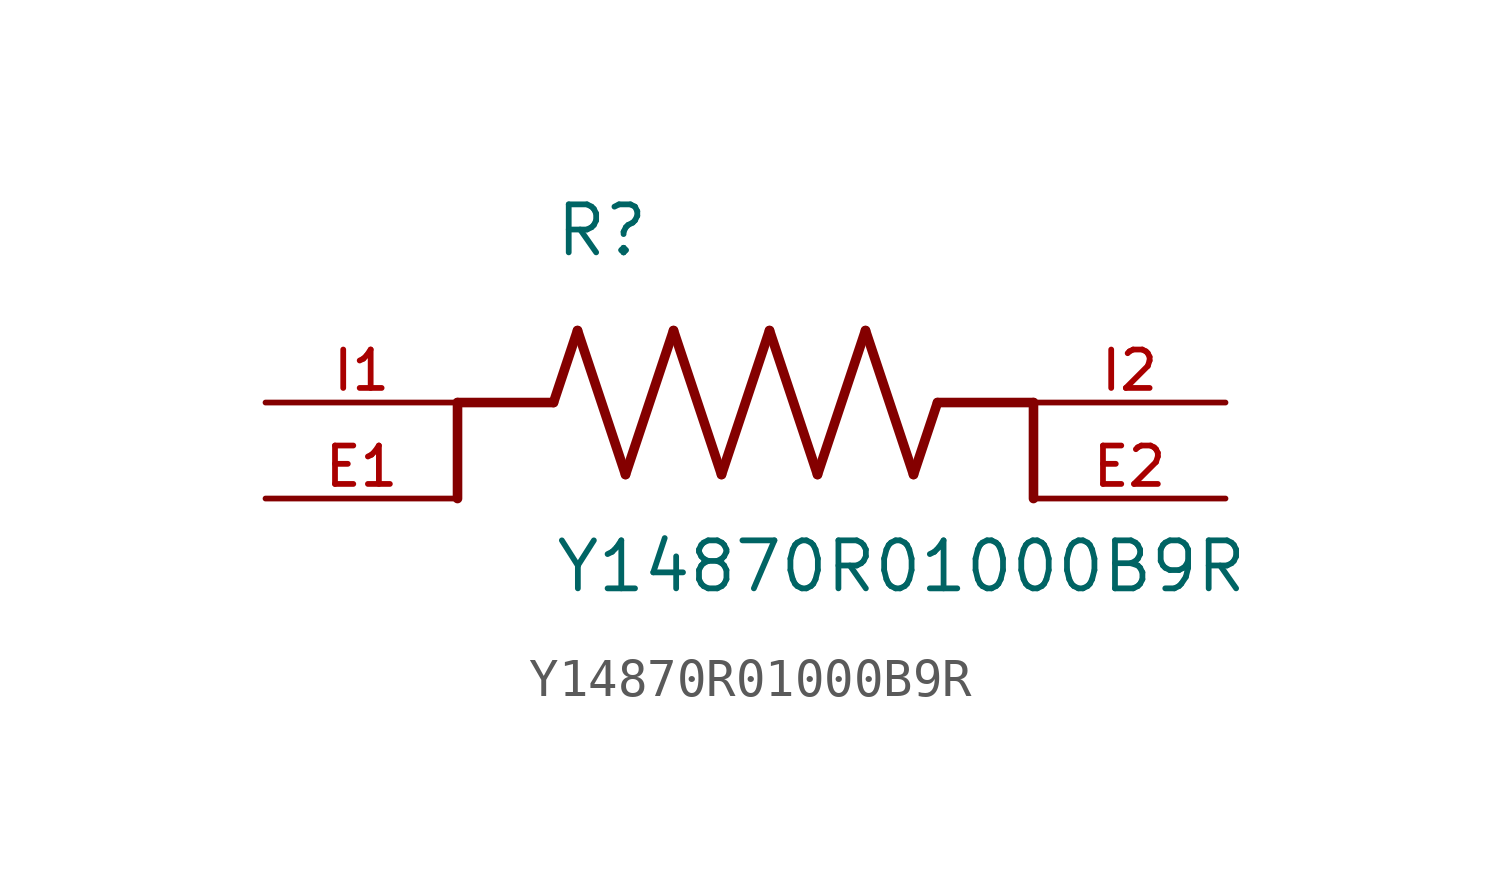
<source format=kicad_sym>
(kicad_symbol_lib
  (version 20211014)
  (generator kicad_symbol_editor)
  (symbol "Y14870R01000B9R"
    (pin_names
      (offset 1.016))
    (property "Reference" "R"
      (at -5.08 3.81 0)
      (effects (font (size 1.27 1.27)) (justify bottom left)))
    (property "Value" "Y14870R01000B9R"
      (at -5.08 -5.08 0)
      (effects (font (size 1.27 1.27)) (justify bottom left)))
    (symbol "Y14870R01000B9R_0_0"
      (polyline (pts (xy -5.08 0.0) (xy -4.445 1.905)) (stroke (width 0.254)))
      (polyline (pts (xy -4.445 1.905) (xy -3.175 -1.905)) (stroke (width 0.254)))
      (polyline (pts (xy -3.175 -1.905) (xy -1.905 1.905)) (stroke (width 0.254)))
      (polyline (pts (xy -1.905 1.905) (xy -0.635 -1.905)) (stroke (width 0.254)))
      (polyline (pts (xy -0.635 -1.905) (xy 0.635 1.905)) (stroke (width 0.254)))
      (polyline (pts (xy 0.635 1.905) (xy 1.905 -1.905)) (stroke (width 0.254)))
      (polyline (pts (xy 1.905 -1.905) (xy 3.175 1.905)) (stroke (width 0.254)))
      (polyline (pts (xy 3.175 1.905) (xy 4.445 -1.905)) (stroke (width 0.254)))
      (polyline (pts (xy 4.445 -1.905) (xy 5.08 0.0)) (stroke (width 0.254)))
      (polyline (pts (xy -5.08 0.0) (xy -7.62 0.0)) (stroke (width 0.254)))
      (polyline (pts (xy -7.62 0.0) (xy -7.62 -2.54)) (stroke (width 0.254)))
      (polyline (pts (xy 5.08 0.0) (xy 7.62 0.0)) (stroke (width 0.254)))
      (polyline (pts (xy 7.62 0.0) (xy 7.62 -2.54)) (stroke (width 0.254)))
      (pin passive line (at -12.7 0.0 0) (length 5.08) (name "~" (effects (font (size 1.016 1.016)))) (number "I1" (effects (font (size 1.016 1.016)))))
      (pin passive line (at 12.7 0.0 180.0) (length 5.08) (name "~" (effects (font (size 1.016 1.016)))) (number "I2" (effects (font (size 1.016 1.016)))))
      (pin passive line (at -12.7 -2.54 0) (length 5.08) (name "~" (effects (font (size 1.016 1.016)))) (number "E1" (effects (font (size 1.016 1.016)))))
      (pin passive line (at 12.7 -2.54 180.0) (length 5.08) (name "~" (effects (font (size 1.016 1.016)))) (number "E2" (effects (font (size 1.016 1.016))))))))
</source>
